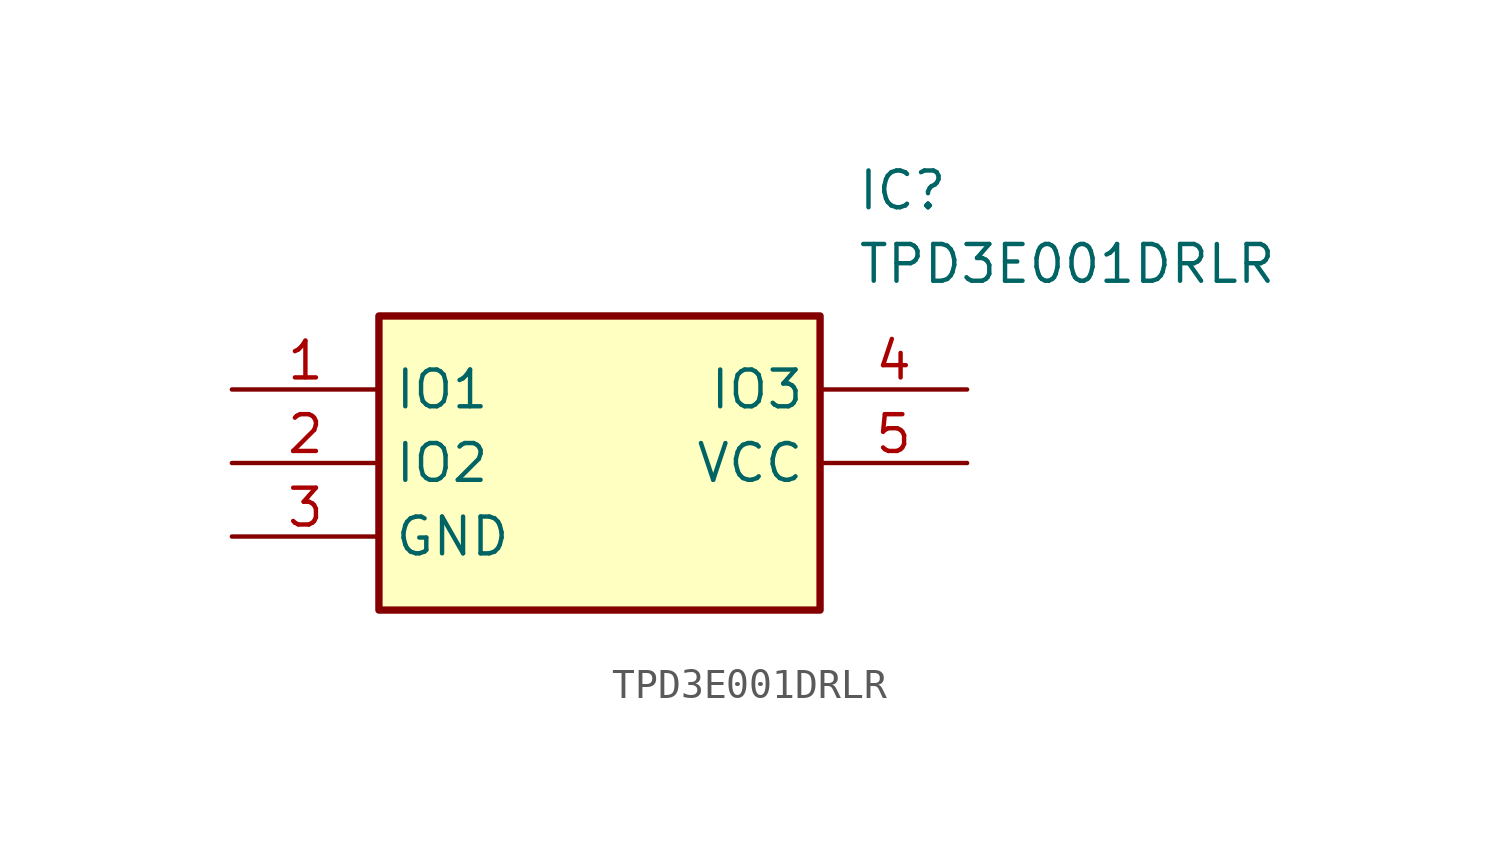
<source format=kicad_sym>
(kicad_symbol_lib
  (version 20211014)
  (generator SamacSys_ECAD_Model)
  (symbol "TPD3E001DRLR"
    (property "Reference" "IC"
      (at 21.59 7.62 0)
      (effects (font (size 1.27 1.27)) (justify left top)))
    (property "Value" "TPD3E001DRLR"
      (at 21.59 5.08 0)
      (effects (font (size 1.27 1.27)) (justify left top)))
    (rectangle
      (start 5.08 2.54)
      (end 20.32 -7.62)
      (stroke (width 0.254) (type default))
      (fill (type background)))
    (pin passive line
      (at 0 0 0)
      (length 5.08)
      (name "IO1" (effects (font (size 1.27 1.27))))
      (number "1" (effects (font (size 1.27 1.27)))))
    (pin passive line
      (at 0 -2.54 0)
      (length 5.08)
      (name "IO2" (effects (font (size 1.27 1.27))))
      (number "2" (effects (font (size 1.27 1.27)))))
    (pin passive line
      (at 0 -5.08 0)
      (length 5.08)
      (name "GND" (effects (font (size 1.27 1.27))))
      (number "3" (effects (font (size 1.27 1.27)))))
    (pin passive line
      (at 25.4 0 180)
      (length 5.08)
      (name "IO3" (effects (font (size 1.27 1.27))))
      (number "4" (effects (font (size 1.27 1.27)))))
    (pin passive line
      (at 25.4 -2.54 180)
      (length 5.08)
      (name "VCC" (effects (font (size 1.27 1.27))))
      (number "5" (effects (font (size 1.27 1.27)))))))
</source>
